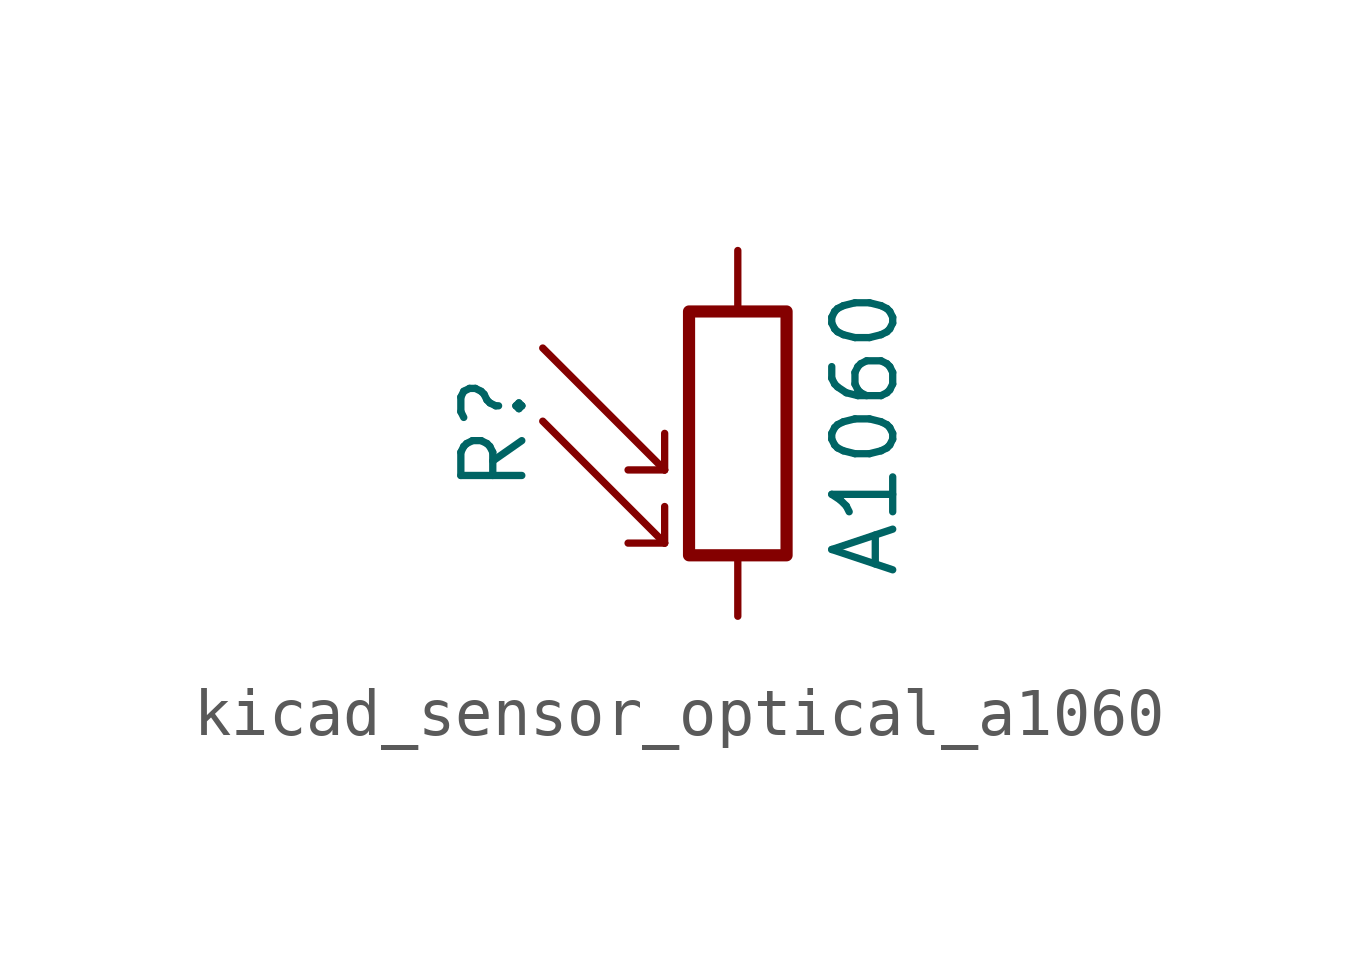
<source format=kicad_sym>
(kicad_symbol_lib
  (version 20220914)
  (generator kicad_symbol_editor)
  (symbol "kicad_sensor_optical_a1060"
    (pin_numbers hide)
    (pin_names
      (offset 0))
    (property "Reference" "R"
      (at -5.08 0 90)
      (effects (font (size 1.27 1.27))))
    (property "Value" "A1060"
      (at 1.905 0 90)
      (effects (font (size 1.27 1.27)) (justify top)))
    (symbol "kicad_sensor_optical_a1060_0_1"
      (rectangle (start -1.016 2.54) (end 1.016 -2.54) (stroke (width 0.254) (type default)) (fill (type none)))
      (polyline (pts (xy -1.524 -2.286) (xy -4.064 0.254)) (stroke (width 0) (type default)) (fill (type none)))
      (polyline (pts (xy -1.524 -2.286) (xy -2.286 -2.286)) (stroke (width 0) (type default)) (fill (type none)))
      (polyline (pts (xy -1.524 -2.286) (xy -1.524 -1.524)) (stroke (width 0) (type default)) (fill (type none)))
      (polyline (pts (xy -1.524 -0.762) (xy -4.064 1.778)) (stroke (width 0) (type default)) (fill (type none)))
      (polyline (pts (xy -1.524 -0.762) (xy -2.286 -0.762)) (stroke (width 0) (type default)) (fill (type none)))
      (polyline (pts (xy -1.524 -0.762) (xy -1.524 0)) (stroke (width 0) (type default)) (fill (type none))))
    (symbol "kicad_sensor_optical_a1060_1_1"
      (pin passive line (at 0 3.81 270) (length 1.27) (name "~" (effects (font (size 1.27 1.27)))) (number "1" (effects (font (size 1.27 1.27)))))
      (pin passive line (at 0 -3.81 90) (length 1.27) (name "~" (effects (font (size 1.27 1.27)))) (number "2" (effects (font (size 1.27 1.27))))))))
</source>
